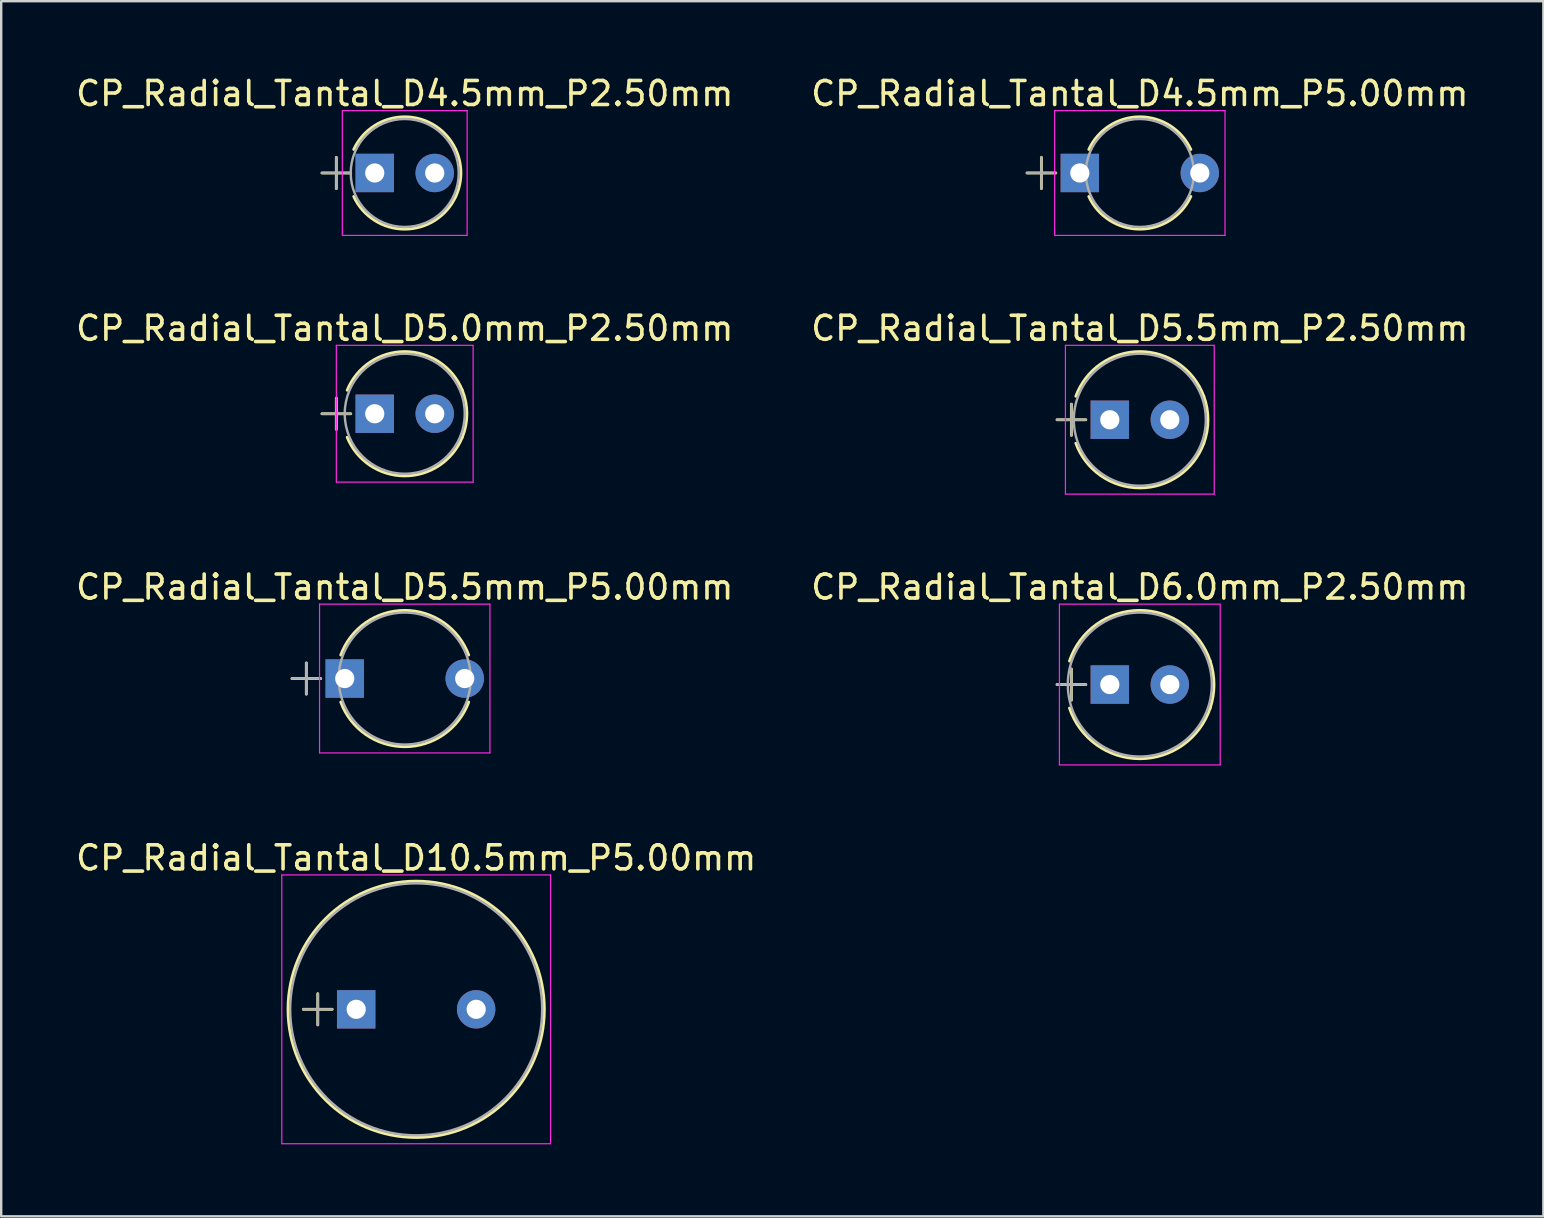
<source format=kicad_pcb>
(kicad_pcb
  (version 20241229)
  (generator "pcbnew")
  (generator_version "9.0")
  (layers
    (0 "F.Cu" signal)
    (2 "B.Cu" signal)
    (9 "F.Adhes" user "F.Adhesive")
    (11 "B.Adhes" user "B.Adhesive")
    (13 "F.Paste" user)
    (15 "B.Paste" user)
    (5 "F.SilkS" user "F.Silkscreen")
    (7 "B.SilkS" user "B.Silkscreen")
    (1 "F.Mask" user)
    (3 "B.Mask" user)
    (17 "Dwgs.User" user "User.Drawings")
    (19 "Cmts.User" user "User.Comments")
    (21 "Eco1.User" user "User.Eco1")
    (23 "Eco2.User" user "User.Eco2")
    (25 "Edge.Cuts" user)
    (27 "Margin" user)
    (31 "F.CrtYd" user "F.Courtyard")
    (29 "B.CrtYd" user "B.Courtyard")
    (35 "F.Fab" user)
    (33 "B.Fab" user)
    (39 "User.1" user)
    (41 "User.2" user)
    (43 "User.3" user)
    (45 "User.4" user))
  (footprint "CP_Radial_Tantal_D5.5mm_P2.50mm"
    (layer "F.Cu")
    (at 43.196 14.441)
    (property "Reference" "CP_Radial_Tantal_D5.5mm_P2.50mm" (at 1.25 -3.81 0) (layer "F.SilkS") (effects (font (size 1 1) (thickness 0.15))))
    (attr through_hole)
    (fp_line (start -2.2 0) (end -1 0) (stroke (width 0.12) (type solid)) (layer "F.SilkS"))
    (fp_line (start -1.6 -0.65) (end -1.6 0.65) (stroke (width 0.12) (type solid)) (layer "F.SilkS"))
    (fp_arc (start -1.415558 -0.98) (mid 1.249311 -2.84) (end 3.915082 -0.981294) (stroke (width 0.12) (type solid)) (layer "F.SilkS"))
    (fp_arc (start 3.915082 0.981294) (mid 1.249311 2.84) (end -1.415558 0.98) (stroke (width 0.12) (type solid)) (layer "F.SilkS"))
    (fp_arc (start 3.915558 -0.98) (mid 4.09 0.000689) (end 3.915082 0.981294) (stroke (width 0.12) (type solid)) (layer "F.SilkS"))
    (fp_line (start -1.85 -3.1) (end -1.85 3.1) (stroke (width 0.05) (type solid)) (layer "F.CrtYd"))
    (fp_line (start -1.85 3.1) (end 4.35 3.1) (stroke (width 0.05) (type solid)) (layer "F.CrtYd"))
    (fp_line (start 4.35 -3.1) (end -1.85 -3.1) (stroke (width 0.05) (type solid)) (layer "F.CrtYd"))
    (fp_line (start 4.35 3.1) (end 4.35 -3.1) (stroke (width 0.05) (type solid)) (layer "F.CrtYd"))
    (fp_line (start -2.2 0) (end -1 0) (stroke (width 0.1) (type solid)) (layer "F.Fab"))
    (fp_line (start -1.6 -0.65) (end -1.6 0.65) (stroke (width 0.1) (type solid)) (layer "F.Fab"))
    (fp_circle (center 1.25 0) (end 4 0) (stroke (width 0.1) (type solid)) (fill no) (layer "F.Fab"))
    (pad "1" thru_hole rect (at 0 0) (size 1.6 1.6) (drill 0.8) (layers "*.Cu" "*.Mask"))
    (pad "2" thru_hole circle (at 2.5 0) (size 1.6 1.6) (drill 0.8) (layers "*.Cu" "*.Mask")))
  (footprint "CP_Radial_Tantal_D6.0mm_P2.50mm"
    (layer "F.Cu")
    (at 43.196 25.475)
    (property "Reference" "CP_Radial_Tantal_D6.0mm_P2.50mm" (at 1.25 -4.06 0) (layer "F.SilkS") (effects (font (size 1 1) (thickness 0.15))))
    (attr through_hole)
    (fp_line (start -2.2 0) (end -1 0) (stroke (width 0.12) (type solid)) (layer "F.SilkS"))
    (fp_line (start -1.6 -0.65) (end -1.6 0.65) (stroke (width 0.12) (type solid)) (layer "F.SilkS"))
    (fp_arc (start -1.680478 -0.98) (mid 1.249503 -3.09) (end 4.180163 -0.980943) (stroke (width 0.12) (type solid)) (layer "F.SilkS"))
    (fp_arc (start 4.180163 0.980943) (mid 1.249503 3.090001) (end -1.680478 0.98) (stroke (width 0.12) (type solid)) (layer "F.SilkS"))
    (fp_arc (start 4.180478 -0.98) (mid 4.34 0.000497) (end 4.180163 0.980943) (stroke (width 0.12) (type solid)) (layer "F.SilkS"))
    (fp_line (start -2.1 -3.35) (end -2.1 3.35) (stroke (width 0.05) (type solid)) (layer "F.CrtYd"))
    (fp_line (start -2.1 3.35) (end 4.6 3.35) (stroke (width 0.05) (type solid)) (layer "F.CrtYd"))
    (fp_line (start 4.6 -3.35) (end -2.1 -3.35) (stroke (width 0.05) (type solid)) (layer "F.CrtYd"))
    (fp_line (start 4.6 3.35) (end 4.6 -3.35) (stroke (width 0.05) (type solid)) (layer "F.CrtYd"))
    (fp_line (start -2.2 0) (end -1 0) (stroke (width 0.1) (type solid)) (layer "F.Fab"))
    (fp_line (start -1.6 -0.65) (end -1.6 0.65) (stroke (width 0.1) (type solid)) (layer "F.Fab"))
    (fp_circle (center 1.25 0) (end 4.25 0) (stroke (width 0.1) (type solid)) (fill no) (layer "F.Fab"))
    (pad "1" thru_hole rect (at 0 0) (size 1.6 1.6) (drill 0.8) (layers "*.Cu" "*.Mask"))
    (pad "2" thru_hole circle (at 2.5 0) (size 1.6 1.6) (drill 0.8) (layers "*.Cu" "*.Mask")))
  (footprint "CP_Radial_Tantal_D5.5mm_P5.00mm"
    (layer "F.Cu")
    (at 11.315 25.225)
    (property "Reference" "CP_Radial_Tantal_D5.5mm_P5.00mm" (at 2.5 -3.81 0) (layer "F.SilkS") (effects (font (size 1 1) (thickness 0.15))))
    (attr through_hole)
    (fp_line (start -2.2 0) (end -1 0) (stroke (width 0.12) (type solid)) (layer "F.SilkS"))
    (fp_line (start -1.6 -0.65) (end -1.6 0.65) (stroke (width 0.12) (type solid)) (layer "F.SilkS"))
    (fp_arc (start -0.165558 -0.98) (mid 2.499311 -2.84) (end 5.165082 -0.981294) (stroke (width 0.12) (type solid)) (layer "F.SilkS"))
    (fp_arc (start 5.165082 0.981294) (mid 2.499311 2.84) (end -0.165558 0.98) (stroke (width 0.12) (type solid)) (layer "F.SilkS"))
    (fp_line (start -1.05 -3.1) (end -1.05 3.1) (stroke (width 0.05) (type solid)) (layer "F.CrtYd"))
    (fp_line (start -1.05 3.1) (end 6.05 3.1) (stroke (width 0.05) (type solid)) (layer "F.CrtYd"))
    (fp_line (start 6.05 -3.1) (end -1.05 -3.1) (stroke (width 0.05) (type solid)) (layer "F.CrtYd"))
    (fp_line (start 6.05 3.1) (end 6.05 -3.1) (stroke (width 0.05) (type solid)) (layer "F.CrtYd"))
    (fp_line (start -2.2 0) (end -1 0) (stroke (width 0.1) (type solid)) (layer "F.Fab"))
    (fp_line (start -1.6 -0.65) (end -1.6 0.65) (stroke (width 0.1) (type solid)) (layer "F.Fab"))
    (fp_circle (center 2.5 0) (end 5.25 0) (stroke (width 0.1) (type solid)) (fill no) (layer "F.Fab"))
    (pad "1" thru_hole rect (at 0 0) (size 1.6 1.6) (drill 0.8) (layers "*.Cu" "*.Mask"))
    (pad "2" thru_hole circle (at 5 0) (size 1.6 1.6) (drill 0.8) (layers "*.Cu" "*.Mask")))
  (footprint "CP_Radial_Tantal_D5.0mm_P2.50mm"
    (layer "F.Cu")
    (at 12.565 14.191)
    (property "Reference" "CP_Radial_Tantal_D5.0mm_P2.50mm" (at 1.25 -3.56 0) (layer "F.SilkS") (effects (font (size 1 1) (thickness 0.15))))
    (attr through_hole)
    (fp_line (start -2.2 0) (end -1 0) (stroke (width 0.12) (type solid)) (layer "F.SilkS"))
    (fp_line (start -1.6 -0.65) (end -1.6 0.65) (stroke (width 0.12) (type solid)) (layer "F.SilkS"))
    (fp_arc (start -1.147436 -0.98) (mid 1.249244 -2.59) (end 3.646863 -0.9814) (stroke (width 0.12) (type solid)) (layer "F.SilkS"))
    (fp_arc (start 3.646863 0.9814) (mid 1.249244 2.59) (end -1.147436 0.98) (stroke (width 0.12) (type solid)) (layer "F.SilkS"))
    (fp_arc (start 3.647436 -0.98) (mid 3.84 0.000756) (end 3.646863 0.9814) (stroke (width 0.12) (type solid)) (layer "F.SilkS"))
    (fp_line (start -1.6 -2.85) (end -1.6 2.85) (stroke (width 0.05) (type solid)) (layer "F.CrtYd"))
    (fp_line (start -1.6 2.85) (end 4.1 2.85) (stroke (width 0.05) (type solid)) (layer "F.CrtYd"))
    (fp_line (start 4.1 -2.85) (end -1.6 -2.85) (stroke (width 0.05) (type solid)) (layer "F.CrtYd"))
    (fp_line (start 4.1 2.85) (end 4.1 -2.85) (stroke (width 0.05) (type solid)) (layer "F.CrtYd"))
    (fp_line (start -2.2 0) (end -1 0) (stroke (width 0.1) (type solid)) (layer "F.Fab"))
    (fp_line (start -1.6 -0.65) (end -1.6 0.65) (stroke (width 0.1) (type solid)) (layer "F.Fab"))
    (fp_circle (center 1.25 0) (end 3.75 0) (stroke (width 0.1) (type solid)) (fill no) (layer "F.Fab"))
    (pad "1" thru_hole rect (at 0 0) (size 1.6 1.6) (drill 0.8) (layers "*.Cu" "*.Mask"))
    (pad "2" thru_hole circle (at 2.5 0) (size 1.6 1.6) (drill 0.8) (layers "*.Cu" "*.Mask")))
  (footprint "CP_Radial_Tantal_D10.5mm_P5.00mm"
    (layer "F.Cu")
    (at 11.792 39.008)
    (property "Reference" "CP_Radial_Tantal_D10.5mm_P5.00mm" (at 2.5 -6.31 0) (layer "F.SilkS") (effects (font (size 1 1) (thickness 0.15))))
    (attr through_hole)
    (fp_line (start -2.2 0) (end -1 0) (stroke (width 0.12) (type solid)) (layer "F.SilkS"))
    (fp_line (start -1.6 -0.65) (end -1.6 0.65) (stroke (width 0.12) (type solid)) (layer "F.SilkS"))
    (fp_circle (center 2.5 0) (end 7.84 0) (stroke (width 0.12) (type solid)) (fill no) (layer "F.SilkS"))
    (fp_line (start -3.1 -5.6) (end -3.1 5.6) (stroke (width 0.05) (type solid)) (layer "F.CrtYd"))
    (fp_line (start -3.1 5.6) (end 8.1 5.6) (stroke (width 0.05) (type solid)) (layer "F.CrtYd"))
    (fp_line (start 8.1 -5.6) (end -3.1 -5.6) (stroke (width 0.05) (type solid)) (layer "F.CrtYd"))
    (fp_line (start 8.1 5.6) (end 8.1 -5.6) (stroke (width 0.05) (type solid)) (layer "F.CrtYd"))
    (fp_line (start -2.2 0) (end -1 0) (stroke (width 0.1) (type solid)) (layer "F.Fab"))
    (fp_line (start -1.6 -0.65) (end -1.6 0.65) (stroke (width 0.1) (type solid)) (layer "F.Fab"))
    (fp_circle (center 2.5 0) (end 7.75 0) (stroke (width 0.1) (type solid)) (fill no) (layer "F.Fab"))
    (pad "1" thru_hole rect (at 0 0) (size 1.6 1.6) (drill 0.8) (layers "*.Cu" "*.Mask"))
    (pad "2" thru_hole circle (at 5 0) (size 1.6 1.6) (drill 0.8) (layers "*.Cu" "*.Mask")))
  (footprint "CP_Radial_Tantal_D4.5mm_P2.50mm"
    (layer "F.Cu")
    (at 12.565 4.158)
    (property "Reference" "CP_Radial_Tantal_D4.5mm_P2.50mm" (at 1.25 -3.31 0) (layer "F.SilkS") (effects (font (size 1 1) (thickness 0.15))))
    (attr through_hole)
    (fp_line (start -2.2 0) (end -1 0) (stroke (width 0.12) (type solid)) (layer "F.SilkS"))
    (fp_line (start -1.6 -0.65) (end -1.6 0.65) (stroke (width 0.12) (type solid)) (layer "F.SilkS"))
    (fp_arc (start -0.8749 -0.98) (mid 1.25037 -2.34) (end 3.37521 -0.979328) (stroke (width 0.12) (type solid)) (layer "F.SilkS"))
    (fp_arc (start 3.3749 -0.98) (mid 3.59 -0.00037) (end 3.37521 0.979328) (stroke (width 0.12) (type solid)) (layer "F.SilkS"))
    (fp_arc (start 3.37521 0.979328) (mid 1.25037 2.34) (end -0.8749 0.98) (stroke (width 0.12) (type solid)) (layer "F.SilkS"))
    (fp_line (start -1.35 -2.6) (end -1.35 2.6) (stroke (width 0.05) (type solid)) (layer "F.CrtYd"))
    (fp_line (start -1.35 2.6) (end 3.85 2.6) (stroke (width 0.05) (type solid)) (layer "F.CrtYd"))
    (fp_line (start 3.85 -2.6) (end -1.35 -2.6) (stroke (width 0.05) (type solid)) (layer "F.CrtYd"))
    (fp_line (start 3.85 2.6) (end 3.85 -2.6) (stroke (width 0.05) (type solid)) (layer "F.CrtYd"))
    (fp_line (start -2.2 0) (end -1 0) (stroke (width 0.1) (type solid)) (layer "F.Fab"))
    (fp_line (start -1.6 -0.65) (end -1.6 0.65) (stroke (width 0.1) (type solid)) (layer "F.Fab"))
    (fp_circle (center 1.25 0) (end 3.5 0) (stroke (width 0.1) (type solid)) (fill no) (layer "F.Fab"))
    (pad "1" thru_hole rect (at 0 0) (size 1.6 1.6) (drill 0.8) (layers "*.Cu" "*.Mask"))
    (pad "2" thru_hole circle (at 2.5 0) (size 1.6 1.6) (drill 0.8) (layers "*.Cu" "*.Mask")))
  (footprint "CP_Radial_Tantal_D4.5mm_P5.00mm"
    (layer "F.Cu")
    (at 41.946 4.158)
    (property "Reference" "CP_Radial_Tantal_D4.5mm_P5.00mm" (at 2.5 -3.31 0) (layer "F.SilkS") (effects (font (size 1 1) (thickness 0.15))))
    (attr through_hole)
    (fp_line (start -2.2 0) (end -1 0) (stroke (width 0.12) (type solid)) (layer "F.SilkS"))
    (fp_line (start -1.6 -0.65) (end -1.6 0.65) (stroke (width 0.12) (type solid)) (layer "F.SilkS"))
    (fp_arc (start 0.3751 -0.98) (mid 2.50037 -2.34) (end 4.62521 -0.979328) (stroke (width 0.12) (type solid)) (layer "F.SilkS"))
    (fp_arc (start 4.62521 0.979328) (mid 2.50037 2.34) (end 0.3751 0.98) (stroke (width 0.12) (type solid)) (layer "F.SilkS"))
    (fp_line (start -1.05 -2.6) (end -1.05 2.6) (stroke (width 0.05) (type solid)) (layer "F.CrtYd"))
    (fp_line (start -1.05 2.6) (end 6.05 2.6) (stroke (width 0.05) (type solid)) (layer "F.CrtYd"))
    (fp_line (start 6.05 -2.6) (end -1.05 -2.6) (stroke (width 0.05) (type solid)) (layer "F.CrtYd"))
    (fp_line (start 6.05 2.6) (end 6.05 -2.6) (stroke (width 0.05) (type solid)) (layer "F.CrtYd"))
    (fp_line (start -2.2 0) (end -1 0) (stroke (width 0.1) (type solid)) (layer "F.Fab"))
    (fp_line (start -1.6 -0.65) (end -1.6 0.65) (stroke (width 0.1) (type solid)) (layer "F.Fab"))
    (fp_circle (center 2.5 0) (end 4.75 0) (stroke (width 0.1) (type solid)) (fill no) (layer "F.Fab"))
    (pad "1" thru_hole rect (at 0 0) (size 1.6 1.6) (drill 0.8) (layers "*.Cu" "*.Mask"))
    (pad "2" thru_hole circle (at 5 0) (size 1.6 1.6) (drill 0.8) (layers "*.Cu" "*.Mask")))
  (gr_rect
    (start -3 -3)
    (end 61.262 47.633)
    (stroke (width 0.1) (type default))
    (fill no)
    (layer "Edge.Cuts")))
</source>
